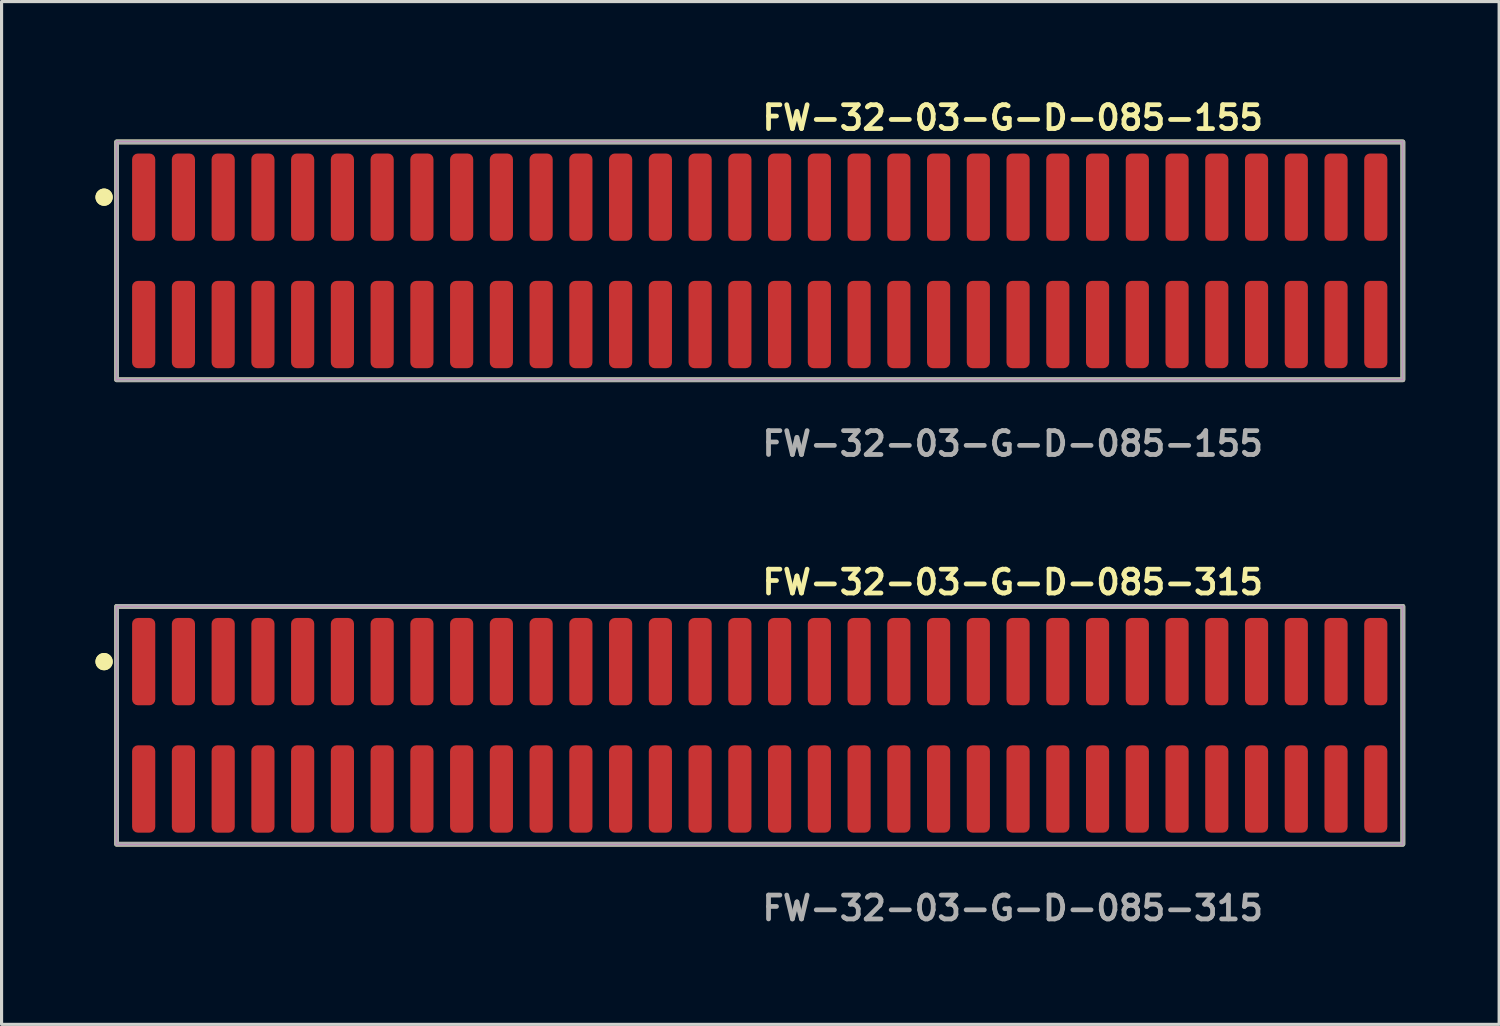
<source format=kicad_pcb>
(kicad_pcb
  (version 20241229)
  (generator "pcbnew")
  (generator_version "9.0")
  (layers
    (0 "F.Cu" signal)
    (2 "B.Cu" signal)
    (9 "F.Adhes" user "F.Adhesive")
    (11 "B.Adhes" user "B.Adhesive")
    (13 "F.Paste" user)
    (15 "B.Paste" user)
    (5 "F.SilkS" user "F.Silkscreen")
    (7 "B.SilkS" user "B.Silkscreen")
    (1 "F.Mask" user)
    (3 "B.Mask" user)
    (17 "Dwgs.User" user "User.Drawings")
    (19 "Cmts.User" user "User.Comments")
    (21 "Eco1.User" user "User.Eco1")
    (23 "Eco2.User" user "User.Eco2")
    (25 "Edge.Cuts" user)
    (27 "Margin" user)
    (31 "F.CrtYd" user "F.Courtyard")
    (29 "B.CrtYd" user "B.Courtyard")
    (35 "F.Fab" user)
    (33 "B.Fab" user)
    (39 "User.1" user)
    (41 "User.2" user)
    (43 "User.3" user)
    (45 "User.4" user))
  (footprint "FW-32-03-G-D-085-155"
    (layer "F.Cu")
    (at 21.226 5.285)
    (property "Reference" "FW-32-03-G-D-085-155" (at 0 -4.572 0) (unlocked yes) (layer "F.SilkS") (effects (font (size 0.762 0.762) (thickness 0.152)) (justify left)))
    (fp_rect (start -20.55 3.8) (end 20.55 -3.8) (stroke (width 0.152) (type solid)) (fill no) (layer "F.SilkS"))
    (fp_circle (center -20.95 -2.035) (end -21.15 -2.035) (stroke (width 0.152) (type solid)) (fill yes) (layer "F.SilkS"))
    (fp_circle (center -20.95 -2.035) (end -21.15 -2.035) (stroke (width 0.152) (type solid)) (fill yes) (layer "F.SilkS"))
    (fp_rect (start -20.55 3.8) (end 20.55 -3.8) (stroke (width 0.006) (type solid)) (fill no) (layer "F.CrtYd"))
    (fp_rect (start -20.55 3.8) (end 20.55 -3.8) (stroke (width 0.152) (type solid)) (fill no) (layer "F.Fab"))
    (fp_text user "${REFERENCE}" (at 0 5.842 0) (unlocked yes) (layer "F.Fab") (effects (font (size 0.762 0.762) (thickness 0.152)) (justify left)))
    (pad "1" smd roundrect (at -19.685 -2.035) (size 0.74 2.79) (layers "F.Cu" "F.Paste") (roundrect_rratio 0.25))
    (pad "2" smd roundrect (at -19.685 2.035) (size 0.74 2.79) (layers "F.Cu" "F.Paste") (roundrect_rratio 0.25))
    (pad "3" smd roundrect (at -18.415 -2.035) (size 0.74 2.79) (layers "F.Cu" "F.Paste") (roundrect_rratio 0.25))
    (pad "4" smd roundrect (at -18.415 2.035) (size 0.74 2.79) (layers "F.Cu" "F.Paste") (roundrect_rratio 0.25))
    (pad "5" smd roundrect (at -17.145 -2.035) (size 0.74 2.79) (layers "F.Cu" "F.Paste") (roundrect_rratio 0.25))
    (pad "6" smd roundrect (at -17.145 2.035) (size 0.74 2.79) (layers "F.Cu" "F.Paste") (roundrect_rratio 0.25))
    (pad "7" smd roundrect (at -15.875 -2.035) (size 0.74 2.79) (layers "F.Cu" "F.Paste") (roundrect_rratio 0.25))
    (pad "8" smd roundrect (at -15.875 2.035) (size 0.74 2.79) (layers "F.Cu" "F.Paste") (roundrect_rratio 0.25))
    (pad "9" smd roundrect (at -14.605 -2.035) (size 0.74 2.79) (layers "F.Cu" "F.Paste") (roundrect_rratio 0.25))
    (pad "10" smd roundrect (at -14.605 2.035) (size 0.74 2.79) (layers "F.Cu" "F.Paste") (roundrect_rratio 0.25))
    (pad "11" smd roundrect (at -13.335 -2.035) (size 0.74 2.79) (layers "F.Cu" "F.Paste") (roundrect_rratio 0.25))
    (pad "12" smd roundrect (at -13.335 2.035) (size 0.74 2.79) (layers "F.Cu" "F.Paste") (roundrect_rratio 0.25))
    (pad "13" smd roundrect (at -12.065 -2.035) (size 0.74 2.79) (layers "F.Cu" "F.Paste") (roundrect_rratio 0.25))
    (pad "14" smd roundrect (at -12.065 2.035) (size 0.74 2.79) (layers "F.Cu" "F.Paste") (roundrect_rratio 0.25))
    (pad "15" smd roundrect (at -10.795 -2.035) (size 0.74 2.79) (layers "F.Cu" "F.Paste") (roundrect_rratio 0.25))
    (pad "16" smd roundrect (at -10.795 2.035) (size 0.74 2.79) (layers "F.Cu" "F.Paste") (roundrect_rratio 0.25))
    (pad "17" smd roundrect (at -9.525 -2.035) (size 0.74 2.79) (layers "F.Cu" "F.Paste") (roundrect_rratio 0.25))
    (pad "18" smd roundrect (at -9.525 2.035) (size 0.74 2.79) (layers "F.Cu" "F.Paste") (roundrect_rratio 0.25))
    (pad "19" smd roundrect (at -8.255 -2.035) (size 0.74 2.79) (layers "F.Cu" "F.Paste") (roundrect_rratio 0.25))
    (pad "20" smd roundrect (at -8.255 2.035) (size 0.74 2.79) (layers "F.Cu" "F.Paste") (roundrect_rratio 0.25))
    (pad "21" smd roundrect (at -6.985 -2.035) (size 0.74 2.79) (layers "F.Cu" "F.Paste") (roundrect_rratio 0.25))
    (pad "22" smd roundrect (at -6.985 2.035) (size 0.74 2.79) (layers "F.Cu" "F.Paste") (roundrect_rratio 0.25))
    (pad "23" smd roundrect (at -5.715 -2.035) (size 0.74 2.79) (layers "F.Cu" "F.Paste") (roundrect_rratio 0.25))
    (pad "24" smd roundrect (at -5.715 2.035) (size 0.74 2.79) (layers "F.Cu" "F.Paste") (roundrect_rratio 0.25))
    (pad "25" smd roundrect (at -4.445 -2.035) (size 0.74 2.79) (layers "F.Cu" "F.Paste") (roundrect_rratio 0.25))
    (pad "26" smd roundrect (at -4.445 2.035) (size 0.74 2.79) (layers "F.Cu" "F.Paste") (roundrect_rratio 0.25))
    (pad "27" smd roundrect (at -3.175 -2.035) (size 0.74 2.79) (layers "F.Cu" "F.Paste") (roundrect_rratio 0.25))
    (pad "28" smd roundrect (at -3.175 2.035) (size 0.74 2.79) (layers "F.Cu" "F.Paste") (roundrect_rratio 0.25))
    (pad "29" smd roundrect (at -1.905 -2.035) (size 0.74 2.79) (layers "F.Cu" "F.Paste") (roundrect_rratio 0.25))
    (pad "30" smd roundrect (at -1.905 2.035) (size 0.74 2.79) (layers "F.Cu" "F.Paste") (roundrect_rratio 0.25))
    (pad "31" smd roundrect (at -0.635 -2.035) (size 0.74 2.79) (layers "F.Cu" "F.Paste") (roundrect_rratio 0.25))
    (pad "32" smd roundrect (at -0.635 2.035) (size 0.74 2.79) (layers "F.Cu" "F.Paste") (roundrect_rratio 0.25))
    (pad "33" smd roundrect (at 0.635 -2.035) (size 0.74 2.79) (layers "F.Cu" "F.Paste") (roundrect_rratio 0.25))
    (pad "34" smd roundrect (at 0.635 2.035) (size 0.74 2.79) (layers "F.Cu" "F.Paste") (roundrect_rratio 0.25))
    (pad "35" smd roundrect (at 1.905 -2.035) (size 0.74 2.79) (layers "F.Cu" "F.Paste") (roundrect_rratio 0.25))
    (pad "36" smd roundrect (at 1.905 2.035) (size 0.74 2.79) (layers "F.Cu" "F.Paste") (roundrect_rratio 0.25))
    (pad "37" smd roundrect (at 3.175 -2.035) (size 0.74 2.79) (layers "F.Cu" "F.Paste") (roundrect_rratio 0.25))
    (pad "38" smd roundrect (at 3.175 2.035) (size 0.74 2.79) (layers "F.Cu" "F.Paste") (roundrect_rratio 0.25))
    (pad "39" smd roundrect (at 4.445 -2.035) (size 0.74 2.79) (layers "F.Cu" "F.Paste") (roundrect_rratio 0.25))
    (pad "40" smd roundrect (at 4.445 2.035) (size 0.74 2.79) (layers "F.Cu" "F.Paste") (roundrect_rratio 0.25))
    (pad "41" smd roundrect (at 5.715 -2.035) (size 0.74 2.79) (layers "F.Cu" "F.Paste") (roundrect_rratio 0.25))
    (pad "42" smd roundrect (at 5.715 2.035) (size 0.74 2.79) (layers "F.Cu" "F.Paste") (roundrect_rratio 0.25))
    (pad "43" smd roundrect (at 6.985 -2.035) (size 0.74 2.79) (layers "F.Cu" "F.Paste") (roundrect_rratio 0.25))
    (pad "44" smd roundrect (at 6.985 2.035) (size 0.74 2.79) (layers "F.Cu" "F.Paste") (roundrect_rratio 0.25))
    (pad "45" smd roundrect (at 8.255 -2.035) (size 0.74 2.79) (layers "F.Cu" "F.Paste") (roundrect_rratio 0.25))
    (pad "46" smd roundrect (at 8.255 2.035) (size 0.74 2.79) (layers "F.Cu" "F.Paste") (roundrect_rratio 0.25))
    (pad "47" smd roundrect (at 9.525 -2.035) (size 0.74 2.79) (layers "F.Cu" "F.Paste") (roundrect_rratio 0.25))
    (pad "48" smd roundrect (at 9.525 2.035) (size 0.74 2.79) (layers "F.Cu" "F.Paste") (roundrect_rratio 0.25))
    (pad "49" smd roundrect (at 10.795 -2.035) (size 0.74 2.79) (layers "F.Cu" "F.Paste") (roundrect_rratio 0.25))
    (pad "50" smd roundrect (at 10.795 2.035) (size 0.74 2.79) (layers "F.Cu" "F.Paste") (roundrect_rratio 0.25))
    (pad "51" smd roundrect (at 12.065 -2.035) (size 0.74 2.79) (layers "F.Cu" "F.Paste") (roundrect_rratio 0.25))
    (pad "52" smd roundrect (at 12.065 2.035) (size 0.74 2.79) (layers "F.Cu" "F.Paste") (roundrect_rratio 0.25))
    (pad "53" smd roundrect (at 13.335 -2.035) (size 0.74 2.79) (layers "F.Cu" "F.Paste") (roundrect_rratio 0.25))
    (pad "54" smd roundrect (at 13.335 2.035) (size 0.74 2.79) (layers "F.Cu" "F.Paste") (roundrect_rratio 0.25))
    (pad "55" smd roundrect (at 14.605 -2.035) (size 0.74 2.79) (layers "F.Cu" "F.Paste") (roundrect_rratio 0.25))
    (pad "56" smd roundrect (at 14.605 2.035) (size 0.74 2.79) (layers "F.Cu" "F.Paste") (roundrect_rratio 0.25))
    (pad "57" smd roundrect (at 15.875 -2.035) (size 0.74 2.79) (layers "F.Cu" "F.Paste") (roundrect_rratio 0.25))
    (pad "58" smd roundrect (at 15.875 2.035) (size 0.74 2.79) (layers "F.Cu" "F.Paste") (roundrect_rratio 0.25))
    (pad "59" smd roundrect (at 17.145 -2.035) (size 0.74 2.79) (layers "F.Cu" "F.Paste") (roundrect_rratio 0.25))
    (pad "60" smd roundrect (at 17.145 2.035) (size 0.74 2.79) (layers "F.Cu" "F.Paste") (roundrect_rratio 0.25))
    (pad "61" smd roundrect (at 18.415 -2.035) (size 0.74 2.79) (layers "F.Cu" "F.Paste") (roundrect_rratio 0.25))
    (pad "62" smd roundrect (at 18.415 2.035) (size 0.74 2.79) (layers "F.Cu" "F.Paste") (roundrect_rratio 0.25))
    (pad "63" smd roundrect (at 19.685 -2.035) (size 0.74 2.79) (layers "F.Cu" "F.Paste") (roundrect_rratio 0.25))
    (pad "64" smd roundrect (at 19.685 2.035) (size 0.74 2.79) (layers "F.Cu" "F.Paste") (roundrect_rratio 0.25)))
  (footprint "FW-32-03-G-D-085-315"
    (layer "F.Cu")
    (at 21.226 20.126)
    (property "Reference" "FW-32-03-G-D-085-315" (at 0 -4.572 0) (unlocked yes) (layer "F.SilkS") (effects (font (size 0.762 0.762) (thickness 0.152)) (justify left)))
    (fp_rect (start -20.55 3.8) (end 20.55 -3.8) (stroke (width 0.152) (type solid)) (fill no) (layer "F.SilkS"))
    (fp_circle (center -20.95 -2.035) (end -21.15 -2.035) (stroke (width 0.152) (type solid)) (fill yes) (layer "F.SilkS"))
    (fp_circle (center -20.95 -2.035) (end -21.15 -2.035) (stroke (width 0.152) (type solid)) (fill yes) (layer "F.SilkS"))
    (fp_rect (start -20.55 3.8) (end 20.55 -3.8) (stroke (width 0.006) (type solid)) (fill no) (layer "F.CrtYd"))
    (fp_rect (start -20.55 3.8) (end 20.55 -3.8) (stroke (width 0.152) (type solid)) (fill no) (layer "F.Fab"))
    (fp_text user "${REFERENCE}" (at 0 5.842 0) (unlocked yes) (layer "F.Fab") (effects (font (size 0.762 0.762) (thickness 0.152)) (justify left)))
    (pad "1" smd roundrect (at -19.685 -2.035) (size 0.74 2.79) (layers "F.Cu" "F.Paste") (roundrect_rratio 0.25))
    (pad "2" smd roundrect (at -19.685 2.035) (size 0.74 2.79) (layers "F.Cu" "F.Paste") (roundrect_rratio 0.25))
    (pad "3" smd roundrect (at -18.415 -2.035) (size 0.74 2.79) (layers "F.Cu" "F.Paste") (roundrect_rratio 0.25))
    (pad "4" smd roundrect (at -18.415 2.035) (size 0.74 2.79) (layers "F.Cu" "F.Paste") (roundrect_rratio 0.25))
    (pad "5" smd roundrect (at -17.145 -2.035) (size 0.74 2.79) (layers "F.Cu" "F.Paste") (roundrect_rratio 0.25))
    (pad "6" smd roundrect (at -17.145 2.035) (size 0.74 2.79) (layers "F.Cu" "F.Paste") (roundrect_rratio 0.25))
    (pad "7" smd roundrect (at -15.875 -2.035) (size 0.74 2.79) (layers "F.Cu" "F.Paste") (roundrect_rratio 0.25))
    (pad "8" smd roundrect (at -15.875 2.035) (size 0.74 2.79) (layers "F.Cu" "F.Paste") (roundrect_rratio 0.25))
    (pad "9" smd roundrect (at -14.605 -2.035) (size 0.74 2.79) (layers "F.Cu" "F.Paste") (roundrect_rratio 0.25))
    (pad "10" smd roundrect (at -14.605 2.035) (size 0.74 2.79) (layers "F.Cu" "F.Paste") (roundrect_rratio 0.25))
    (pad "11" smd roundrect (at -13.335 -2.035) (size 0.74 2.79) (layers "F.Cu" "F.Paste") (roundrect_rratio 0.25))
    (pad "12" smd roundrect (at -13.335 2.035) (size 0.74 2.79) (layers "F.Cu" "F.Paste") (roundrect_rratio 0.25))
    (pad "13" smd roundrect (at -12.065 -2.035) (size 0.74 2.79) (layers "F.Cu" "F.Paste") (roundrect_rratio 0.25))
    (pad "14" smd roundrect (at -12.065 2.035) (size 0.74 2.79) (layers "F.Cu" "F.Paste") (roundrect_rratio 0.25))
    (pad "15" smd roundrect (at -10.795 -2.035) (size 0.74 2.79) (layers "F.Cu" "F.Paste") (roundrect_rratio 0.25))
    (pad "16" smd roundrect (at -10.795 2.035) (size 0.74 2.79) (layers "F.Cu" "F.Paste") (roundrect_rratio 0.25))
    (pad "17" smd roundrect (at -9.525 -2.035) (size 0.74 2.79) (layers "F.Cu" "F.Paste") (roundrect_rratio 0.25))
    (pad "18" smd roundrect (at -9.525 2.035) (size 0.74 2.79) (layers "F.Cu" "F.Paste") (roundrect_rratio 0.25))
    (pad "19" smd roundrect (at -8.255 -2.035) (size 0.74 2.79) (layers "F.Cu" "F.Paste") (roundrect_rratio 0.25))
    (pad "20" smd roundrect (at -8.255 2.035) (size 0.74 2.79) (layers "F.Cu" "F.Paste") (roundrect_rratio 0.25))
    (pad "21" smd roundrect (at -6.985 -2.035) (size 0.74 2.79) (layers "F.Cu" "F.Paste") (roundrect_rratio 0.25))
    (pad "22" smd roundrect (at -6.985 2.035) (size 0.74 2.79) (layers "F.Cu" "F.Paste") (roundrect_rratio 0.25))
    (pad "23" smd roundrect (at -5.715 -2.035) (size 0.74 2.79) (layers "F.Cu" "F.Paste") (roundrect_rratio 0.25))
    (pad "24" smd roundrect (at -5.715 2.035) (size 0.74 2.79) (layers "F.Cu" "F.Paste") (roundrect_rratio 0.25))
    (pad "25" smd roundrect (at -4.445 -2.035) (size 0.74 2.79) (layers "F.Cu" "F.Paste") (roundrect_rratio 0.25))
    (pad "26" smd roundrect (at -4.445 2.035) (size 0.74 2.79) (layers "F.Cu" "F.Paste") (roundrect_rratio 0.25))
    (pad "27" smd roundrect (at -3.175 -2.035) (size 0.74 2.79) (layers "F.Cu" "F.Paste") (roundrect_rratio 0.25))
    (pad "28" smd roundrect (at -3.175 2.035) (size 0.74 2.79) (layers "F.Cu" "F.Paste") (roundrect_rratio 0.25))
    (pad "29" smd roundrect (at -1.905 -2.035) (size 0.74 2.79) (layers "F.Cu" "F.Paste") (roundrect_rratio 0.25))
    (pad "30" smd roundrect (at -1.905 2.035) (size 0.74 2.79) (layers "F.Cu" "F.Paste") (roundrect_rratio 0.25))
    (pad "31" smd roundrect (at -0.635 -2.035) (size 0.74 2.79) (layers "F.Cu" "F.Paste") (roundrect_rratio 0.25))
    (pad "32" smd roundrect (at -0.635 2.035) (size 0.74 2.79) (layers "F.Cu" "F.Paste") (roundrect_rratio 0.25))
    (pad "33" smd roundrect (at 0.635 -2.035) (size 0.74 2.79) (layers "F.Cu" "F.Paste") (roundrect_rratio 0.25))
    (pad "34" smd roundrect (at 0.635 2.035) (size 0.74 2.79) (layers "F.Cu" "F.Paste") (roundrect_rratio 0.25))
    (pad "35" smd roundrect (at 1.905 -2.035) (size 0.74 2.79) (layers "F.Cu" "F.Paste") (roundrect_rratio 0.25))
    (pad "36" smd roundrect (at 1.905 2.035) (size 0.74 2.79) (layers "F.Cu" "F.Paste") (roundrect_rratio 0.25))
    (pad "37" smd roundrect (at 3.175 -2.035) (size 0.74 2.79) (layers "F.Cu" "F.Paste") (roundrect_rratio 0.25))
    (pad "38" smd roundrect (at 3.175 2.035) (size 0.74 2.79) (layers "F.Cu" "F.Paste") (roundrect_rratio 0.25))
    (pad "39" smd roundrect (at 4.445 -2.035) (size 0.74 2.79) (layers "F.Cu" "F.Paste") (roundrect_rratio 0.25))
    (pad "40" smd roundrect (at 4.445 2.035) (size 0.74 2.79) (layers "F.Cu" "F.Paste") (roundrect_rratio 0.25))
    (pad "41" smd roundrect (at 5.715 -2.035) (size 0.74 2.79) (layers "F.Cu" "F.Paste") (roundrect_rratio 0.25))
    (pad "42" smd roundrect (at 5.715 2.035) (size 0.74 2.79) (layers "F.Cu" "F.Paste") (roundrect_rratio 0.25))
    (pad "43" smd roundrect (at 6.985 -2.035) (size 0.74 2.79) (layers "F.Cu" "F.Paste") (roundrect_rratio 0.25))
    (pad "44" smd roundrect (at 6.985 2.035) (size 0.74 2.79) (layers "F.Cu" "F.Paste") (roundrect_rratio 0.25))
    (pad "45" smd roundrect (at 8.255 -2.035) (size 0.74 2.79) (layers "F.Cu" "F.Paste") (roundrect_rratio 0.25))
    (pad "46" smd roundrect (at 8.255 2.035) (size 0.74 2.79) (layers "F.Cu" "F.Paste") (roundrect_rratio 0.25))
    (pad "47" smd roundrect (at 9.525 -2.035) (size 0.74 2.79) (layers "F.Cu" "F.Paste") (roundrect_rratio 0.25))
    (pad "48" smd roundrect (at 9.525 2.035) (size 0.74 2.79) (layers "F.Cu" "F.Paste") (roundrect_rratio 0.25))
    (pad "49" smd roundrect (at 10.795 -2.035) (size 0.74 2.79) (layers "F.Cu" "F.Paste") (roundrect_rratio 0.25))
    (pad "50" smd roundrect (at 10.795 2.035) (size 0.74 2.79) (layers "F.Cu" "F.Paste") (roundrect_rratio 0.25))
    (pad "51" smd roundrect (at 12.065 -2.035) (size 0.74 2.79) (layers "F.Cu" "F.Paste") (roundrect_rratio 0.25))
    (pad "52" smd roundrect (at 12.065 2.035) (size 0.74 2.79) (layers "F.Cu" "F.Paste") (roundrect_rratio 0.25))
    (pad "53" smd roundrect (at 13.335 -2.035) (size 0.74 2.79) (layers "F.Cu" "F.Paste") (roundrect_rratio 0.25))
    (pad "54" smd roundrect (at 13.335 2.035) (size 0.74 2.79) (layers "F.Cu" "F.Paste") (roundrect_rratio 0.25))
    (pad "55" smd roundrect (at 14.605 -2.035) (size 0.74 2.79) (layers "F.Cu" "F.Paste") (roundrect_rratio 0.25))
    (pad "56" smd roundrect (at 14.605 2.035) (size 0.74 2.79) (layers "F.Cu" "F.Paste") (roundrect_rratio 0.25))
    (pad "57" smd roundrect (at 15.875 -2.035) (size 0.74 2.79) (layers "F.Cu" "F.Paste") (roundrect_rratio 0.25))
    (pad "58" smd roundrect (at 15.875 2.035) (size 0.74 2.79) (layers "F.Cu" "F.Paste") (roundrect_rratio 0.25))
    (pad "59" smd roundrect (at 17.145 -2.035) (size 0.74 2.79) (layers "F.Cu" "F.Paste") (roundrect_rratio 0.25))
    (pad "60" smd roundrect (at 17.145 2.035) (size 0.74 2.79) (layers "F.Cu" "F.Paste") (roundrect_rratio 0.25))
    (pad "61" smd roundrect (at 18.415 -2.035) (size 0.74 2.79) (layers "F.Cu" "F.Paste") (roundrect_rratio 0.25))
    (pad "62" smd roundrect (at 18.415 2.035) (size 0.74 2.79) (layers "F.Cu" "F.Paste") (roundrect_rratio 0.25))
    (pad "63" smd roundrect (at 19.685 -2.035) (size 0.74 2.79) (layers "F.Cu" "F.Paste") (roundrect_rratio 0.25))
    (pad "64" smd roundrect (at 19.685 2.035) (size 0.74 2.79) (layers "F.Cu" "F.Paste") (roundrect_rratio 0.25)))
  (gr_rect
    (start -3 -3)
    (end 44.852 29.681)
    (stroke (width 0.1) (type default))
    (fill no)
    (layer "Edge.Cuts")))
</source>
